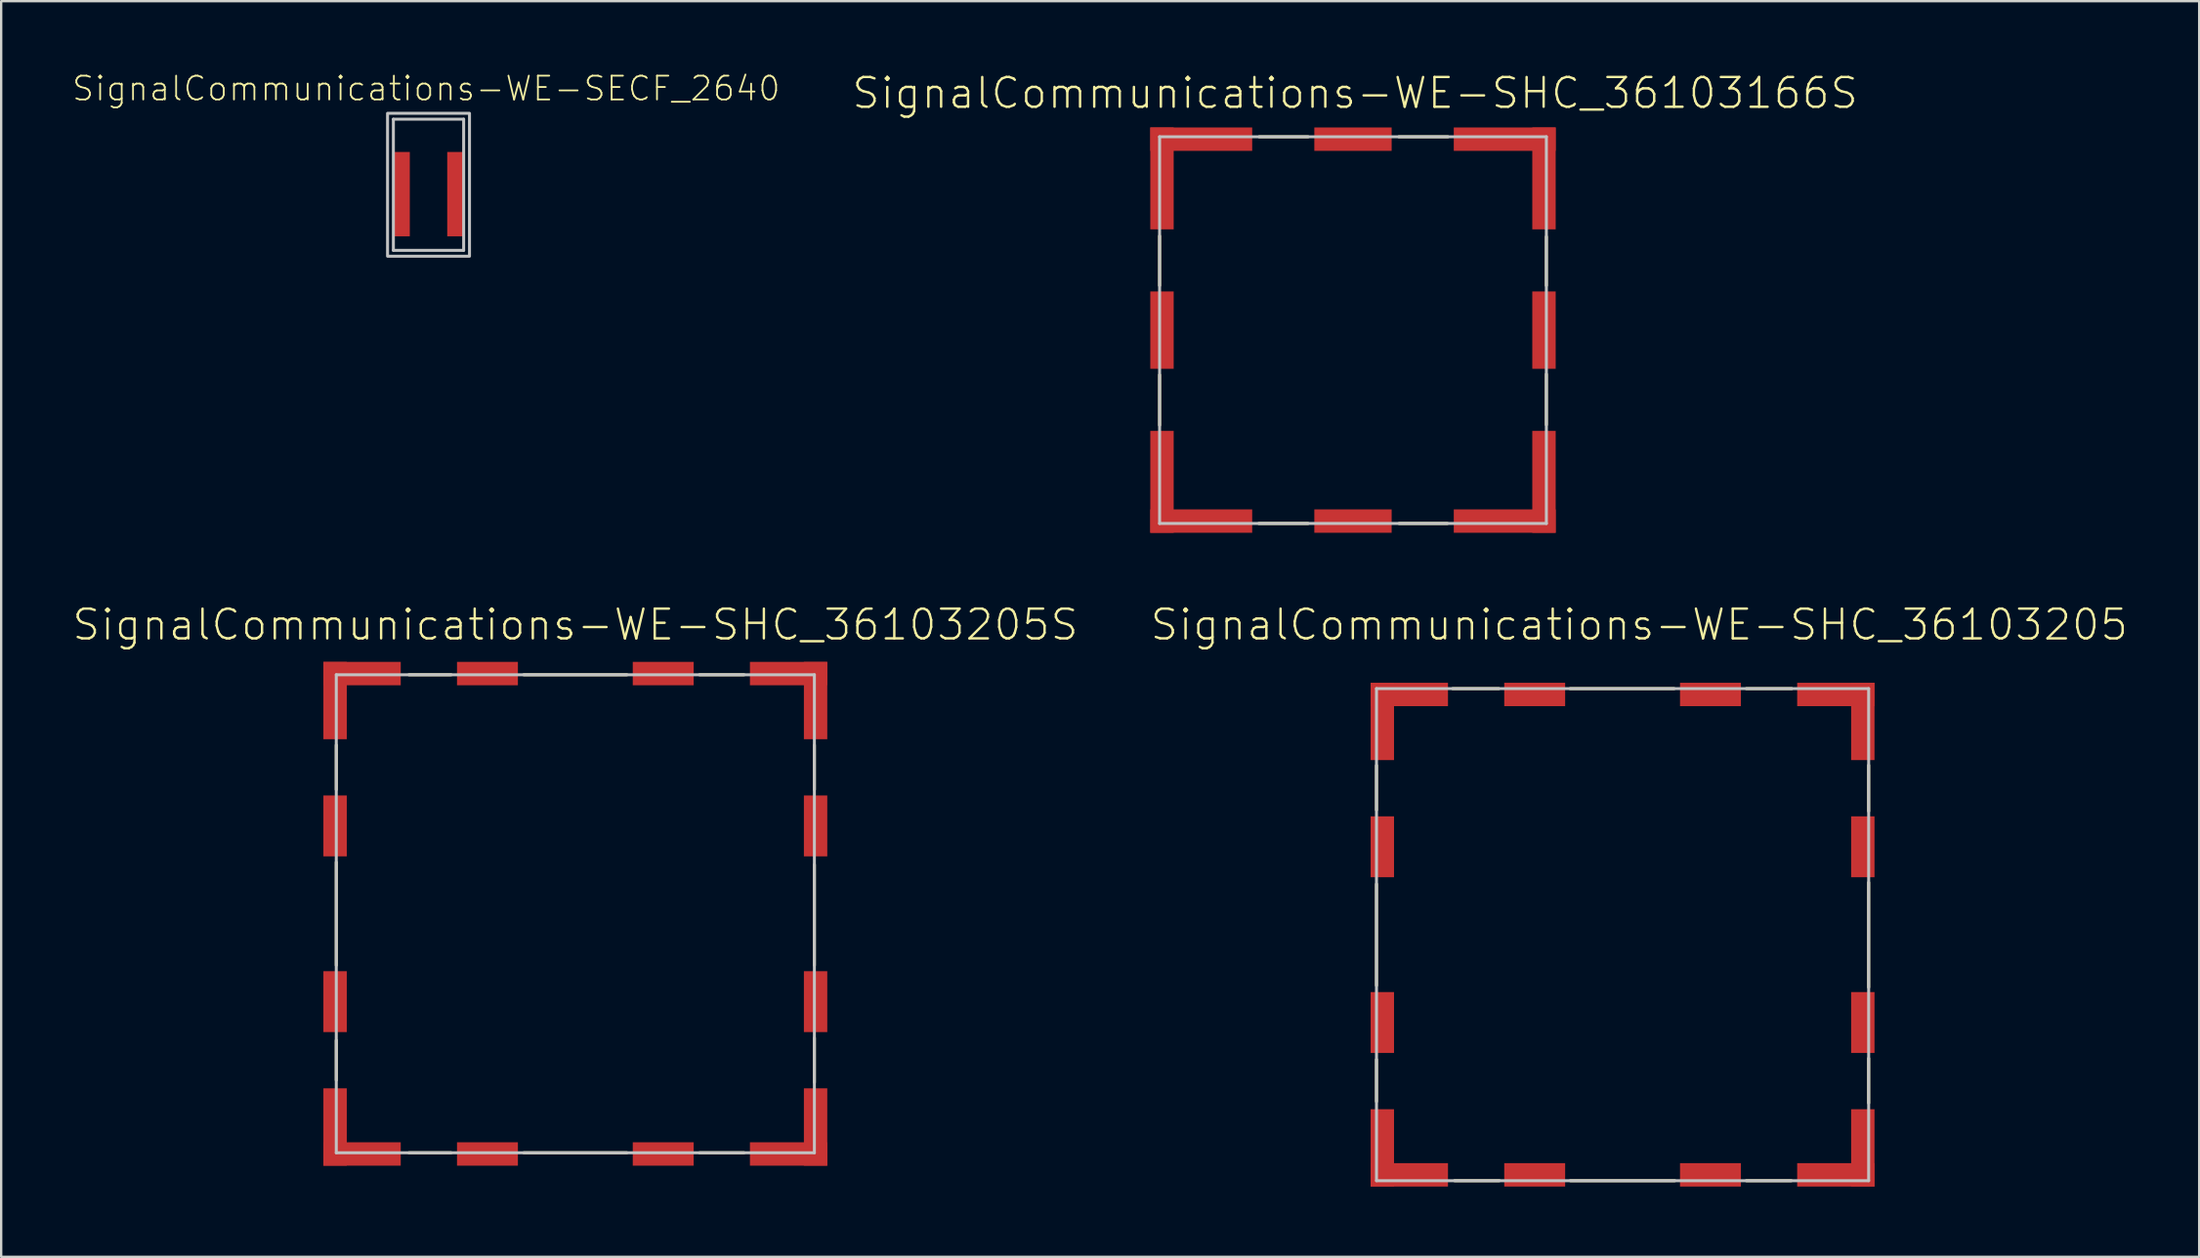
<source format=kicad_pcb>
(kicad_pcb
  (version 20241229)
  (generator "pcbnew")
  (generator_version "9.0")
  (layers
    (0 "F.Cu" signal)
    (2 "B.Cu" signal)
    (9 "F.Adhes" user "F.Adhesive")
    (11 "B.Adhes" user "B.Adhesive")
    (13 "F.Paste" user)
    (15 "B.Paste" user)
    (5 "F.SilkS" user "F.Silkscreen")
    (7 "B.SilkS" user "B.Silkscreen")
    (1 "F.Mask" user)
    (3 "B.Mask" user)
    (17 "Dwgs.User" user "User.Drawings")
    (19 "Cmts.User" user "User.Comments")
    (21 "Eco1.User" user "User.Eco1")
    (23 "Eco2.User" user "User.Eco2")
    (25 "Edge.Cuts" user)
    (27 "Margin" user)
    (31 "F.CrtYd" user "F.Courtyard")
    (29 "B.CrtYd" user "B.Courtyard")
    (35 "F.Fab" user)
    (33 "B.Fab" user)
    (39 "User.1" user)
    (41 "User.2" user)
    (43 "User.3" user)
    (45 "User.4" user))
  (footprint "SignalCommunications-WE-SECF_2640"
    (layer "F.Cu")
    (at 15.231 5.234)
    (property "Reference" "SignalCommunications-WE-SECF_2640" (at -0.099 -4.506 0) (layer "F.SilkS") (effects (font (size 1.016 1.016) (thickness 0.076))))
    (attr smd)
    (fp_line (start -1.499 -3.198) (end 1.499 -3.198) (stroke (width 0.127) (type solid)) (layer "Dwgs.User"))
    (fp_line (start -1.499 2.398) (end -1.499 -3.198) (stroke (width 0.127) (type solid)) (layer "Dwgs.User"))
    (fp_line (start 1.499 -3.198) (end 1.499 2.398) (stroke (width 0.127) (type solid)) (layer "Dwgs.User"))
    (fp_line (start 1.499 2.398) (end -1.499 2.398) (stroke (width 0.127) (type solid)) (layer "Dwgs.User"))
    (fp_poly (pts (xy -1.748 -3.449) (xy 1.748 -3.449) (xy 1.748 2.649) (xy -1.748 2.649) (xy -1.748 -3.449)) (stroke (width 0.127) (type solid)) (fill no) (layer "Dwgs.User"))
    (pad "1" smd rect (at -1.148 0 270) (size 3.599 0.699) (layers "F.Cu" "F.Mask" "F.Paste"))
    (pad "2" smd rect (at 1.148 0 270) (size 3.599 0.699) (layers "F.Cu" "F.Mask" "F.Paste")))
  (footprint "SignalCommunications-WE-SHC_36103166S"
    (layer "F.Cu")
    (at 54.669 11.036)
    (property "Reference" "SignalCommunications-WE-SHC_36103166S" (at 0.089 -10.114 0) (layer "F.SilkS") (effects (font (size 1.27 1.27) (thickness 0.102))))
    (attr smd)
    (fp_line (start -8.25 -4.018) (end -8.25 -1.9) (stroke (width 0.127) (type solid)) (layer "F.SilkS"))
    (fp_line (start -8.25 1.908) (end -8.25 4.059) (stroke (width 0.127) (type solid)) (layer "F.SilkS"))
    (fp_line (start -4.018 8.25) (end -1.918 8.25) (stroke (width 0.127) (type solid)) (layer "F.SilkS"))
    (fp_line (start -3.998 -8.25) (end -1.918 -8.25) (stroke (width 0.127) (type solid)) (layer "F.SilkS"))
    (fp_line (start 1.958 -8.25) (end 4.049 -8.25) (stroke (width 0.127) (type solid)) (layer "F.SilkS"))
    (fp_line (start 1.968 8.25) (end 4.028 8.25) (stroke (width 0.127) (type solid)) (layer "F.SilkS"))
    (fp_line (start 8.25 -1.9) (end 8.25 -3.988) (stroke (width 0.127) (type solid)) (layer "F.SilkS"))
    (fp_line (start 8.25 1.88) (end 8.25 4.039) (stroke (width 0.127) (type solid)) (layer "F.SilkS"))
    (fp_line (start -8.25 -8.25) (end 8.25 -8.25) (stroke (width 0.127) (type solid)) (layer "Dwgs.User"))
    (fp_line (start -8.25 8.25) (end -8.25 -8.25) (stroke (width 0.127) (type solid)) (layer "Dwgs.User"))
    (fp_line (start 8.25 -8.25) (end 8.25 8.25) (stroke (width 0.127) (type solid)) (layer "Dwgs.User"))
    (fp_line (start 8.25 8.25) (end -8.25 8.25) (stroke (width 0.127) (type solid)) (layer "Dwgs.User"))
    (pad "1" smd rect (at 0 -8.148) (size 3.299 0.998) (layers "F.Cu" "F.Mask" "F.Paste"))
    (pad "2" smd rect (at 6.474 -8.148) (size 4.348 0.998) (layers "F.Cu" "F.Mask" "F.Paste"))
    (pad "3" smd rect (at 8.148 -6.474 90) (size 4.348 0.998) (layers "F.Cu" "F.Mask" "F.Paste"))
    (pad "4" smd rect (at 8.148 0 90) (size 3.299 0.998) (layers "F.Cu" "F.Mask" "F.Paste"))
    (pad "5" smd rect (at 8.148 6.474 90) (size 4.348 0.998) (layers "F.Cu" "F.Mask" "F.Paste"))
    (pad "6" smd rect (at 6.474 8.148 180) (size 4.348 0.998) (layers "F.Cu" "F.Mask" "F.Paste"))
    (pad "7" smd rect (at 0 8.148 180) (size 3.299 0.998) (layers "F.Cu" "F.Mask" "F.Paste"))
    (pad "8" smd rect (at -6.474 8.148 180) (size 4.348 0.998) (layers "F.Cu" "F.Mask" "F.Paste"))
    (pad "9" smd rect (at -8.148 6.474 90) (size 4.348 0.998) (layers "F.Cu" "F.Mask" "F.Paste"))
    (pad "10" smd rect (at -8.148 0 90) (size 3.299 0.998) (layers "F.Cu" "F.Mask" "F.Paste"))
    (pad "11" smd rect (at -8.148 -6.474 90) (size 4.348 0.998) (layers "F.Cu" "F.Mask" "F.Paste"))
    (pad "12" smd rect (at -6.474 -8.148) (size 4.348 0.998) (layers "F.Cu" "F.Mask" "F.Paste")))
  (footprint "SignalCommunications-WE-SHC_36103205S"
    (layer "F.Cu")
    (at 21.494 35.94)
    (property "Reference" "SignalCommunications-WE-SHC_36103205S" (at 0 -12.334 0) (layer "F.SilkS") (effects (font (size 1.27 1.27) (thickness 0.102))))
    (attr smd)
    (fp_line (start -10.198 -7.198) (end -10.198 -5.298) (stroke (width 0.127) (type solid)) (layer "F.SilkS"))
    (fp_line (start -10.198 2.2) (end -10.198 -2.2) (stroke (width 0.127) (type solid)) (layer "F.SilkS"))
    (fp_line (start -10.198 5.397) (end -10.198 7.099) (stroke (width 0.127) (type solid)) (layer "F.SilkS"))
    (fp_line (start -7.099 -10.198) (end -5.298 -10.198) (stroke (width 0.127) (type solid)) (layer "F.SilkS"))
    (fp_line (start -7.099 10.198) (end -5.298 10.198) (stroke (width 0.127) (type solid)) (layer "F.SilkS"))
    (fp_line (start -2.2 -10.198) (end 2.2 -10.198) (stroke (width 0.127) (type solid)) (layer "F.SilkS"))
    (fp_line (start -2.2 10.198) (end 2.2 10.198) (stroke (width 0.127) (type solid)) (layer "F.SilkS"))
    (fp_line (start 5.298 -10.198) (end 7.198 -10.198) (stroke (width 0.127) (type solid)) (layer "F.SilkS"))
    (fp_line (start 5.298 10.198) (end 7.198 10.198) (stroke (width 0.127) (type solid)) (layer "F.SilkS"))
    (fp_line (start 10.198 -5.298) (end 10.198 -7.198) (stroke (width 0.127) (type solid)) (layer "F.SilkS"))
    (fp_line (start 10.198 2.2) (end 10.198 -2.098) (stroke (width 0.127) (type solid)) (layer "F.SilkS"))
    (fp_line (start 10.198 7.198) (end 10.198 5.298) (stroke (width 0.127) (type solid)) (layer "F.SilkS"))
    (fp_line (start -10.198 -10.198) (end 10.198 -10.198) (stroke (width 0.127) (type solid)) (layer "Dwgs.User"))
    (fp_line (start -10.198 10.198) (end -10.198 -10.198) (stroke (width 0.127) (type solid)) (layer "Dwgs.User"))
    (fp_line (start 10.198 -10.198) (end 10.198 10.198) (stroke (width 0.127) (type solid)) (layer "Dwgs.User"))
    (fp_line (start 10.198 10.198) (end -10.198 10.198) (stroke (width 0.127) (type solid)) (layer "Dwgs.User"))
    (pad "1" smd rect (at -3.749 -10.249) (size 2.598 0.998) (layers "F.Cu" "F.Mask" "F.Paste"))
    (pad "2" smd rect (at 3.749 -10.249) (size 2.598 0.998) (layers "F.Cu" "F.Mask" "F.Paste"))
    (pad "3" smd rect (at -10.249 -3.749 90) (size 2.598 0.998) (layers "F.Cu" "F.Mask" "F.Paste"))
    (pad "4" smd rect (at -10.249 3.749 90) (size 2.598 0.998) (layers "F.Cu" "F.Mask" "F.Paste"))
    (pad "5" smd rect (at 10.249 3.749 90) (size 2.598 0.998) (layers "F.Cu" "F.Mask" "F.Paste"))
    (pad "6" smd rect (at 10.249 -3.749 90) (size 2.598 0.998) (layers "F.Cu" "F.Mask" "F.Paste"))
    (pad "7" smd rect (at -3.749 10.249) (size 2.598 0.998) (layers "F.Cu" "F.Mask" "F.Paste"))
    (pad "8" smd rect (at 3.749 10.249) (size 2.598 0.998) (layers "F.Cu" "F.Mask" "F.Paste"))
    (pad "9" smd rect (at -9.098 -10.249) (size 3.299 0.998) (layers "F.Cu" "F.Mask" "F.Paste"))
    (pad "10" smd rect (at -10.249 -9.098 90) (size 3.299 0.998) (layers "F.Cu" "F.Mask" "F.Paste"))
    (pad "11" smd rect (at 9.098 -10.249) (size 3.299 0.998) (layers "F.Cu" "F.Mask" "F.Paste"))
    (pad "12" smd rect (at 10.249 -9.098 90) (size 3.299 0.998) (layers "F.Cu" "F.Mask" "F.Paste"))
    (pad "13" smd rect (at -9.098 10.249) (size 3.299 0.998) (layers "F.Cu" "F.Mask" "F.Paste"))
    (pad "14" smd rect (at -10.249 9.098 90) (size 3.299 0.998) (layers "F.Cu" "F.Mask" "F.Paste"))
    (pad "15" smd rect (at 9.098 10.249) (size 3.299 0.998) (layers "F.Cu" "F.Mask" "F.Paste"))
    (pad "16" smd rect (at 10.249 9.098 90) (size 3.299 0.998) (layers "F.Cu" "F.Mask" "F.Paste")))
  (footprint "SignalCommunications-WE-SHC_36103205"
    (layer "F.Cu")
    (at 66.17 36.831)
    (property "Reference" "SignalCommunications-WE-SHC_36103205" (at 0.709 -13.226 0) (layer "F.SilkS") (effects (font (size 1.27 1.27) (thickness 0.102))))
    (attr smd)
    (fp_line (start -10.498 -5.319) (end -10.498 -7.219) (stroke (width 0.127) (type solid)) (layer "F.SilkS"))
    (fp_line (start -10.498 2.169) (end -10.498 -2.159) (stroke (width 0.127) (type solid)) (layer "F.SilkS"))
    (fp_line (start -10.498 7.12) (end -10.498 5.329) (stroke (width 0.127) (type solid)) (layer "F.SilkS"))
    (fp_line (start -7.249 -10.498) (end -5.278 -10.498) (stroke (width 0.127) (type solid)) (layer "F.SilkS"))
    (fp_line (start -7.168 10.498) (end -5.258 10.498) (stroke (width 0.127) (type solid)) (layer "F.SilkS"))
    (fp_line (start -2.238 -10.498) (end 2.2 -10.498) (stroke (width 0.127) (type solid)) (layer "F.SilkS"))
    (fp_line (start -2.228 10.498) (end 2.228 10.498) (stroke (width 0.127) (type solid)) (layer "F.SilkS"))
    (fp_line (start 5.278 -10.498) (end 7.219 -10.498) (stroke (width 0.127) (type solid)) (layer "F.SilkS"))
    (fp_line (start 5.278 10.498) (end 7.198 10.498) (stroke (width 0.127) (type solid)) (layer "F.SilkS"))
    (fp_line (start 10.498 -7.229) (end 10.498 -5.268) (stroke (width 0.127) (type solid)) (layer "F.SilkS"))
    (fp_line (start 10.498 -2.228) (end 10.498 2.248) (stroke (width 0.127) (type solid)) (layer "F.SilkS"))
    (fp_line (start 10.498 5.278) (end 10.498 7.188) (stroke (width 0.127) (type solid)) (layer "F.SilkS"))
    (fp_line (start -10.498 -10.498) (end -10.498 10.498) (stroke (width 0.127) (type solid)) (layer "Dwgs.User"))
    (fp_line (start -10.498 10.498) (end 10.498 10.498) (stroke (width 0.127) (type solid)) (layer "Dwgs.User"))
    (fp_line (start 10.498 -10.498) (end -10.498 -10.498) (stroke (width 0.127) (type solid)) (layer "Dwgs.User"))
    (fp_line (start 10.498 10.498) (end 10.498 -10.498) (stroke (width 0.127) (type solid)) (layer "Dwgs.User"))
    (pad "1" smd rect (at 9.098 -10.249) (size 3.299 0.998) (layers "F.Cu" "F.Mask" "F.Paste"))
    (pad "2" smd rect (at 10.249 -9.098) (size 0.998 3.299) (layers "F.Cu" "F.Mask" "F.Paste"))
    (pad "3" smd rect (at 10.249 -3.749) (size 0.998 2.598) (layers "F.Cu" "F.Mask" "F.Paste"))
    (pad "4" smd rect (at 10.249 3.749) (size 0.998 2.598) (layers "F.Cu" "F.Mask" "F.Paste"))
    (pad "5" smd rect (at 10.249 9.098) (size 0.998 3.299) (layers "F.Cu" "F.Mask" "F.Paste"))
    (pad "6" smd rect (at 9.098 10.249) (size 3.299 0.998) (layers "F.Cu" "F.Mask" "F.Paste"))
    (pad "7" smd rect (at 3.749 10.249) (size 2.598 0.998) (layers "F.Cu" "F.Mask" "F.Paste"))
    (pad "8" smd rect (at -3.749 10.249) (size 2.598 0.998) (layers "F.Cu" "F.Mask" "F.Paste"))
    (pad "9" smd rect (at -9.098 10.249) (size 3.299 0.998) (layers "F.Cu" "F.Mask" "F.Paste"))
    (pad "10" smd rect (at -10.249 9.098) (size 0.998 3.299) (layers "F.Cu" "F.Mask" "F.Paste"))
    (pad "11" smd rect (at -10.249 3.749) (size 0.998 2.598) (layers "F.Cu" "F.Mask" "F.Paste"))
    (pad "12" smd rect (at -10.249 -3.749) (size 0.998 2.598) (layers "F.Cu" "F.Mask" "F.Paste"))
    (pad "13" smd rect (at -10.249 -9.098) (size 0.998 3.299) (layers "F.Cu" "F.Mask" "F.Paste"))
    (pad "14" smd rect (at -9.098 -10.249) (size 3.299 0.998) (layers "F.Cu" "F.Mask" "F.Paste"))
    (pad "15" smd rect (at -3.749 -10.249) (size 2.598 0.998) (layers "F.Cu" "F.Mask" "F.Paste"))
    (pad "16" smd rect (at 3.749 -10.249) (size 2.598 0.998) (layers "F.Cu" "F.Mask" "F.Paste")))
  (gr_rect
    (start -3 -3)
    (end 90.768 50.579)
    (stroke (width 0.1) (type default))
    (fill no)
    (layer "Edge.Cuts")))
</source>
